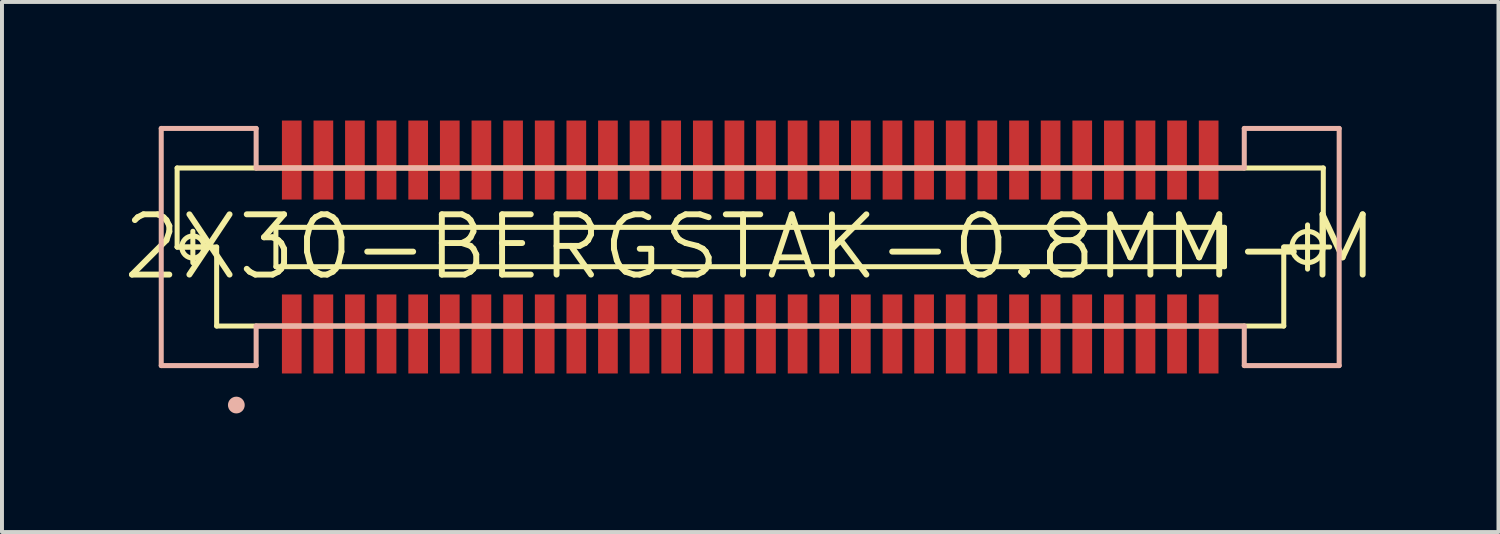
<source format=kicad_pcb>
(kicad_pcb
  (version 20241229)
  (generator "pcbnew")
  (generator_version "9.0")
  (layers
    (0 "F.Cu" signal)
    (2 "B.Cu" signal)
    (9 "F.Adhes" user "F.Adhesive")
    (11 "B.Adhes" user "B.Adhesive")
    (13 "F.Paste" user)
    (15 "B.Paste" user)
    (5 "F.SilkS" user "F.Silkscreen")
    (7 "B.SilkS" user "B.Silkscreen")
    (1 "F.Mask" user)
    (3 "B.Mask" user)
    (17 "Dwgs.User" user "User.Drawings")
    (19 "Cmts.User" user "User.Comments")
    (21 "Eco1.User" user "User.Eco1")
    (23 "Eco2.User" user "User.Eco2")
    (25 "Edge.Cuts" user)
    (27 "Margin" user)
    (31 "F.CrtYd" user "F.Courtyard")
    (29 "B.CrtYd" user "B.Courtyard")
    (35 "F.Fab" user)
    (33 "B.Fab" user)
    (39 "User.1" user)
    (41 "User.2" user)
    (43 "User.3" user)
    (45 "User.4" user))
  (footprint "2X30-BERGSTAK-0.8MM-M"
    (layer "F.Cu")
    (at 15.929 3.199)
    (property "Reference" "2X30-BERGSTAK-0.8MM-M" (at 0 0 0) (layer "F.SilkS") (effects (font (size 1.524 1.524) (thickness 0.15))))
    (attr smd)
    (fp_line (start -14.498 -1.999) (end 14.498 -1.999) (stroke (width 0.127) (type solid)) (layer "F.SilkS"))
    (fp_line (start -14.498 0) (end -14.498 -1.999) (stroke (width 0.127) (type solid)) (layer "F.SilkS"))
    (fp_line (start -14.498 0) (end -13.698 0) (stroke (width 0.127) (type solid)) (layer "F.SilkS"))
    (fp_line (start -14.1 0.399) (end -14.1 -0.399) (stroke (width 0.127) (type solid)) (layer "F.SilkS"))
    (fp_line (start -13.498 0) (end -14.498 0) (stroke (width 0.127) (type solid)) (layer "F.SilkS"))
    (fp_line (start -13.498 1.999) (end -13.498 0) (stroke (width 0.127) (type solid)) (layer "F.SilkS"))
    (fp_line (start -11.999 -0.498) (end 11.999 -0.498) (stroke (width 0.127) (type solid)) (layer "F.SilkS"))
    (fp_line (start -11.999 0.498) (end -11.999 -0.498) (stroke (width 0.127) (type solid)) (layer "F.SilkS"))
    (fp_line (start 11.999 -0.498) (end 11.999 0.498) (stroke (width 0.127) (type solid)) (layer "F.SilkS"))
    (fp_line (start 11.999 0.498) (end -11.999 0.498) (stroke (width 0.127) (type solid)) (layer "F.SilkS"))
    (fp_line (start 13.498 0) (end 13.498 1.999) (stroke (width 0.127) (type solid)) (layer "F.SilkS"))
    (fp_line (start 13.498 1.999) (end -13.498 1.999) (stroke (width 0.127) (type solid)) (layer "F.SilkS"))
    (fp_line (start 13.538 0) (end 14.658 0) (stroke (width 0.127) (type solid)) (layer "F.SilkS"))
    (fp_line (start 14.1 0.559) (end 14.1 -0.559) (stroke (width 0.127) (type solid)) (layer "F.SilkS"))
    (fp_line (start 14.498 -1.999) (end 14.498 0) (stroke (width 0.127) (type solid)) (layer "F.SilkS"))
    (fp_line (start 14.498 0) (end 13.498 0) (stroke (width 0.127) (type solid)) (layer "F.SilkS"))
    (fp_circle (center -14.1 0) (end -14.298 0.198) (stroke (width 0.127) (type solid)) (fill no) (layer "F.SilkS"))
    (fp_circle (center 14.1 0) (end 14.379 0.279) (stroke (width 0.127) (type solid)) (fill no) (layer "F.SilkS"))
    (fp_line (start -14.9 -3) (end -12.499 -3) (stroke (width 0.127) (type solid)) (layer "B.SilkS"))
    (fp_line (start -14.9 3) (end -14.9 -3) (stroke (width 0.127) (type solid)) (layer "B.SilkS"))
    (fp_line (start -12.499 -3) (end -12.499 -1.999) (stroke (width 0.127) (type solid)) (layer "B.SilkS"))
    (fp_line (start -12.499 -1.999) (end 12.499 -1.999) (stroke (width 0.127) (type solid)) (layer "B.SilkS"))
    (fp_line (start -12.499 1.999) (end -12.499 3) (stroke (width 0.127) (type solid)) (layer "B.SilkS"))
    (fp_line (start -12.499 3) (end -14.9 3) (stroke (width 0.127) (type solid)) (layer "B.SilkS"))
    (fp_line (start 12.499 -3) (end 14.9 -3) (stroke (width 0.127) (type solid)) (layer "B.SilkS"))
    (fp_line (start 12.499 -1.999) (end 12.499 -3) (stroke (width 0.127) (type solid)) (layer "B.SilkS"))
    (fp_line (start 12.499 1.999) (end -12.499 1.999) (stroke (width 0.127) (type solid)) (layer "B.SilkS"))
    (fp_line (start 12.499 3) (end 12.499 1.999) (stroke (width 0.127) (type solid)) (layer "B.SilkS"))
    (fp_line (start 14.9 -3) (end 14.9 3) (stroke (width 0.127) (type solid)) (layer "B.SilkS"))
    (fp_line (start 14.9 3) (end 12.499 3) (stroke (width 0.127) (type solid)) (layer "B.SilkS"))
    (fp_circle (center -13 3.998) (end -13.15 4.148) (stroke (width 0) (type solid)) (fill yes) (layer "B.SilkS"))
    (pad "1" smd rect (at -11.598 2.2 270) (size 1.999 0.498) (layers "F.Cu" "F.Mask" "F.Paste"))
    (pad "2" smd rect (at -11.598 -2.2 90) (size 1.999 0.498) (layers "F.Cu" "F.Mask" "F.Paste"))
    (pad "3" smd rect (at -10.798 2.2 270) (size 1.999 0.498) (layers "F.Cu" "F.Mask" "F.Paste"))
    (pad "4" smd rect (at -10.798 -2.2 90) (size 1.999 0.498) (layers "F.Cu" "F.Mask" "F.Paste"))
    (pad "5" smd rect (at -10 2.2 270) (size 1.999 0.498) (layers "F.Cu" "F.Mask" "F.Paste"))
    (pad "6" smd rect (at -10 -2.2 90) (size 1.999 0.498) (layers "F.Cu" "F.Mask" "F.Paste"))
    (pad "7" smd rect (at -9.2 2.2 270) (size 1.999 0.498) (layers "F.Cu" "F.Mask" "F.Paste"))
    (pad "8" smd rect (at -9.2 -2.2 90) (size 1.999 0.498) (layers "F.Cu" "F.Mask" "F.Paste"))
    (pad "9" smd rect (at -8.4 2.2 270) (size 1.999 0.498) (layers "F.Cu" "F.Mask" "F.Paste"))
    (pad "10" smd rect (at -8.4 -2.2 90) (size 1.999 0.498) (layers "F.Cu" "F.Mask" "F.Paste"))
    (pad "11" smd rect (at -7.6 2.2 270) (size 1.999 0.498) (layers "F.Cu" "F.Mask" "F.Paste"))
    (pad "12" smd rect (at -7.6 -2.2 90) (size 1.999 0.498) (layers "F.Cu" "F.Mask" "F.Paste"))
    (pad "13" smd rect (at -6.8 2.2 270) (size 1.999 0.498) (layers "F.Cu" "F.Mask" "F.Paste"))
    (pad "14" smd rect (at -6.8 -2.2 90) (size 1.999 0.498) (layers "F.Cu" "F.Mask" "F.Paste"))
    (pad "15" smd rect (at -5.999 2.2 270) (size 1.999 0.498) (layers "F.Cu" "F.Mask" "F.Paste"))
    (pad "16" smd rect (at -5.999 -2.2 90) (size 1.999 0.498) (layers "F.Cu" "F.Mask" "F.Paste"))
    (pad "17" smd rect (at -5.199 2.2 270) (size 1.999 0.498) (layers "F.Cu" "F.Mask" "F.Paste"))
    (pad "18" smd rect (at -5.199 -2.2 90) (size 1.999 0.498) (layers "F.Cu" "F.Mask" "F.Paste"))
    (pad "19" smd rect (at -4.399 2.2 270) (size 1.999 0.498) (layers "F.Cu" "F.Mask" "F.Paste"))
    (pad "20" smd rect (at -4.399 -2.2 90) (size 1.999 0.498) (layers "F.Cu" "F.Mask" "F.Paste"))
    (pad "21" smd rect (at -3.599 2.2 270) (size 1.999 0.498) (layers "F.Cu" "F.Mask" "F.Paste"))
    (pad "22" smd rect (at -3.599 -2.2 90) (size 1.999 0.498) (layers "F.Cu" "F.Mask" "F.Paste"))
    (pad "23" smd rect (at -2.799 2.2 270) (size 1.999 0.498) (layers "F.Cu" "F.Mask" "F.Paste"))
    (pad "24" smd rect (at -2.799 -2.2 90) (size 1.999 0.498) (layers "F.Cu" "F.Mask" "F.Paste"))
    (pad "25" smd rect (at -1.999 2.2 270) (size 1.999 0.498) (layers "F.Cu" "F.Mask" "F.Paste"))
    (pad "26" smd rect (at -1.999 -2.2 90) (size 1.999 0.498) (layers "F.Cu" "F.Mask" "F.Paste"))
    (pad "27" smd rect (at -1.199 2.2 270) (size 1.999 0.498) (layers "F.Cu" "F.Mask" "F.Paste"))
    (pad "28" smd rect (at -1.199 -2.2 90) (size 1.999 0.498) (layers "F.Cu" "F.Mask" "F.Paste"))
    (pad "29" smd rect (at -0.399 2.2 270) (size 1.999 0.498) (layers "F.Cu" "F.Mask" "F.Paste"))
    (pad "30" smd rect (at -0.399 -2.2 90) (size 1.999 0.498) (layers "F.Cu" "F.Mask" "F.Paste"))
    (pad "31" smd rect (at 0.399 2.2 270) (size 1.999 0.498) (layers "F.Cu" "F.Mask" "F.Paste"))
    (pad "32" smd rect (at 0.399 -2.2 90) (size 1.999 0.498) (layers "F.Cu" "F.Mask" "F.Paste"))
    (pad "33" smd rect (at 1.199 2.2 270) (size 1.999 0.498) (layers "F.Cu" "F.Mask" "F.Paste"))
    (pad "34" smd rect (at 1.199 -2.2 90) (size 1.999 0.498) (layers "F.Cu" "F.Mask" "F.Paste"))
    (pad "35" smd rect (at 1.999 2.2 270) (size 1.999 0.498) (layers "F.Cu" "F.Mask" "F.Paste"))
    (pad "36" smd rect (at 1.999 -2.2 90) (size 1.999 0.498) (layers "F.Cu" "F.Mask" "F.Paste"))
    (pad "37" smd rect (at 2.799 2.2 270) (size 1.999 0.498) (layers "F.Cu" "F.Mask" "F.Paste"))
    (pad "38" smd rect (at 2.799 -2.2 90) (size 1.999 0.498) (layers "F.Cu" "F.Mask" "F.Paste"))
    (pad "39" smd rect (at 3.599 2.2 270) (size 1.999 0.498) (layers "F.Cu" "F.Mask" "F.Paste"))
    (pad "40" smd rect (at 3.599 -2.2 90) (size 1.999 0.498) (layers "F.Cu" "F.Mask" "F.Paste"))
    (pad "41" smd rect (at 4.399 2.2 270) (size 1.999 0.498) (layers "F.Cu" "F.Mask" "F.Paste"))
    (pad "42" smd rect (at 4.399 -2.2 90) (size 1.999 0.498) (layers "F.Cu" "F.Mask" "F.Paste"))
    (pad "43" smd rect (at 5.199 2.2 270) (size 1.999 0.498) (layers "F.Cu" "F.Mask" "F.Paste"))
    (pad "44" smd rect (at 5.199 -2.2 90) (size 1.999 0.498) (layers "F.Cu" "F.Mask" "F.Paste"))
    (pad "45" smd rect (at 5.999 2.2 270) (size 1.999 0.498) (layers "F.Cu" "F.Mask" "F.Paste"))
    (pad "46" smd rect (at 5.999 -2.2 90) (size 1.999 0.498) (layers "F.Cu" "F.Mask" "F.Paste"))
    (pad "47" smd rect (at 6.8 2.2 270) (size 1.999 0.498) (layers "F.Cu" "F.Mask" "F.Paste"))
    (pad "48" smd rect (at 6.8 -2.2 90) (size 1.999 0.498) (layers "F.Cu" "F.Mask" "F.Paste"))
    (pad "49" smd rect (at 7.6 2.2 270) (size 1.999 0.498) (layers "F.Cu" "F.Mask" "F.Paste"))
    (pad "50" smd rect (at 7.6 -2.2 90) (size 1.999 0.498) (layers "F.Cu" "F.Mask" "F.Paste"))
    (pad "51" smd rect (at 8.4 2.2 270) (size 1.999 0.498) (layers "F.Cu" "F.Mask" "F.Paste"))
    (pad "52" smd rect (at 8.4 -2.2 90) (size 1.999 0.498) (layers "F.Cu" "F.Mask" "F.Paste"))
    (pad "53" smd rect (at 9.2 2.2 270) (size 1.999 0.498) (layers "F.Cu" "F.Mask" "F.Paste"))
    (pad "54" smd rect (at 9.2 -2.2 90) (size 1.999 0.498) (layers "F.Cu" "F.Mask" "F.Paste"))
    (pad "55" smd rect (at 10 2.2 270) (size 1.999 0.498) (layers "F.Cu" "F.Mask" "F.Paste"))
    (pad "56" smd rect (at 10 -2.2 90) (size 1.999 0.498) (layers "F.Cu" "F.Mask" "F.Paste"))
    (pad "57" smd rect (at 10.798 2.2 270) (size 1.999 0.498) (layers "F.Cu" "F.Mask" "F.Paste"))
    (pad "58" smd rect (at 10.798 -2.2 90) (size 1.999 0.498) (layers "F.Cu" "F.Mask" "F.Paste"))
    (pad "59" smd rect (at 11.598 2.2 270) (size 1.999 0.498) (layers "F.Cu" "F.Mask" "F.Paste"))
    (pad "60" smd rect (at 11.598 -2.2 90) (size 1.999 0.498) (layers "F.Cu" "F.Mask" "F.Paste")))
  (gr_rect
    (start -3 -3)
    (end 34.859 10.409)
    (stroke (width 0.1) (type default))
    (fill no)
    (layer "Edge.Cuts")))
</source>
